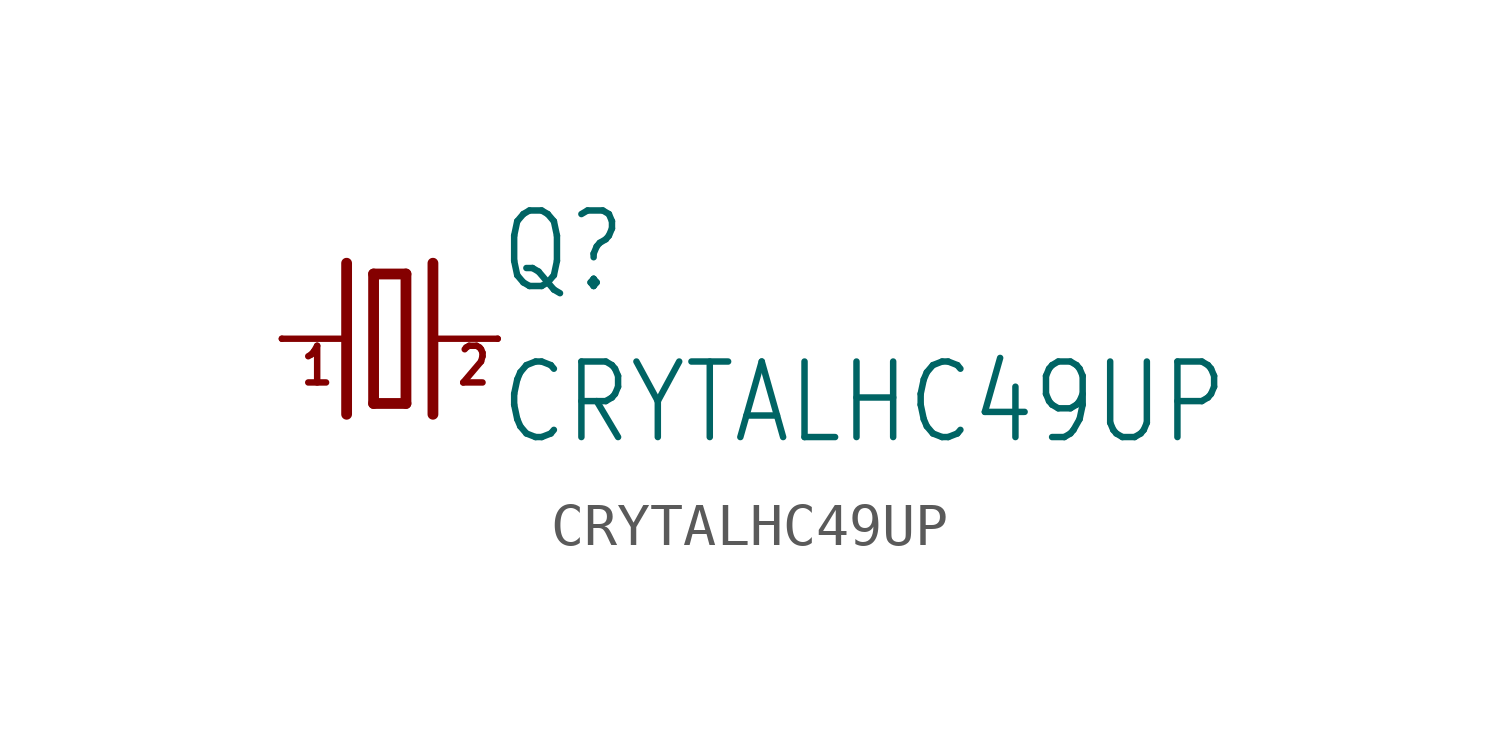
<source format=kicad_sym>
(kicad_symbol_lib
  (version 20211014)
  (generator kicad_symbol_editor)
  (symbol "CRYTALHC49UP"
    (property "Reference" "Q"
      (at 2.54 1.016 0)
      (effects (font (size 1.778 1.511)) (justify left bottom)))
    (property "Value" "CRYTALHC49UP"
      (at 2.54 -2.54 0)
      (effects (font (size 1.778 1.511)) (justify left bottom)))
    (property "ki_locked" ""
      (at 0 0 0)
      (effects (font (size 1.27 1.27))))
    (symbol "CRYTALHC49UP_1_0"
      (polyline (pts (xy -2.54 0) (xy -1.016 0)) (stroke (width 0.152) (type default) (color 0 0 0 0)) (fill (type none)))
      (polyline (pts (xy -1.016 1.778) (xy -1.016 -1.778)) (stroke (width 0.254) (type default) (color 0 0 0 0)) (fill (type none)))
      (polyline (pts (xy -0.381 -1.524) (xy 0.381 -1.524)) (stroke (width 0.254) (type default) (color 0 0 0 0)) (fill (type none)))
      (polyline (pts (xy -0.381 1.524) (xy -0.381 -1.524)) (stroke (width 0.254) (type default) (color 0 0 0 0)) (fill (type none)))
      (polyline (pts (xy 0.381 -1.524) (xy 0.381 1.524)) (stroke (width 0.254) (type default) (color 0 0 0 0)) (fill (type none)))
      (polyline (pts (xy 0.381 1.524) (xy -0.381 1.524)) (stroke (width 0.254) (type default) (color 0 0 0 0)) (fill (type none)))
      (polyline (pts (xy 1.016 0) (xy 2.54 0)) (stroke (width 0.152) (type default) (color 0 0 0 0)) (fill (type none)))
      (polyline (pts (xy 1.016 1.778) (xy 1.016 -1.778)) (stroke (width 0.254) (type default) (color 0 0 0 0)) (fill (type none)))
      (text "1" (at -2.159 -1.143 0) (effects (font (size 0.864 0.734)) (justify left bottom)))
      (text "2" (at 1.524 -1.143 0) (effects (font (size 0.864 0.734)) (justify left bottom)))
      (pin passive line (at -2.54 0 0) (length 0) (name "1" (effects (font (size 0 0)))) (number "1" (effects (font (size 0 0)))))
      (pin passive line (at 2.54 0 180) (length 0) (name "2" (effects (font (size 0 0)))) (number "2" (effects (font (size 0 0))))))))
</source>
